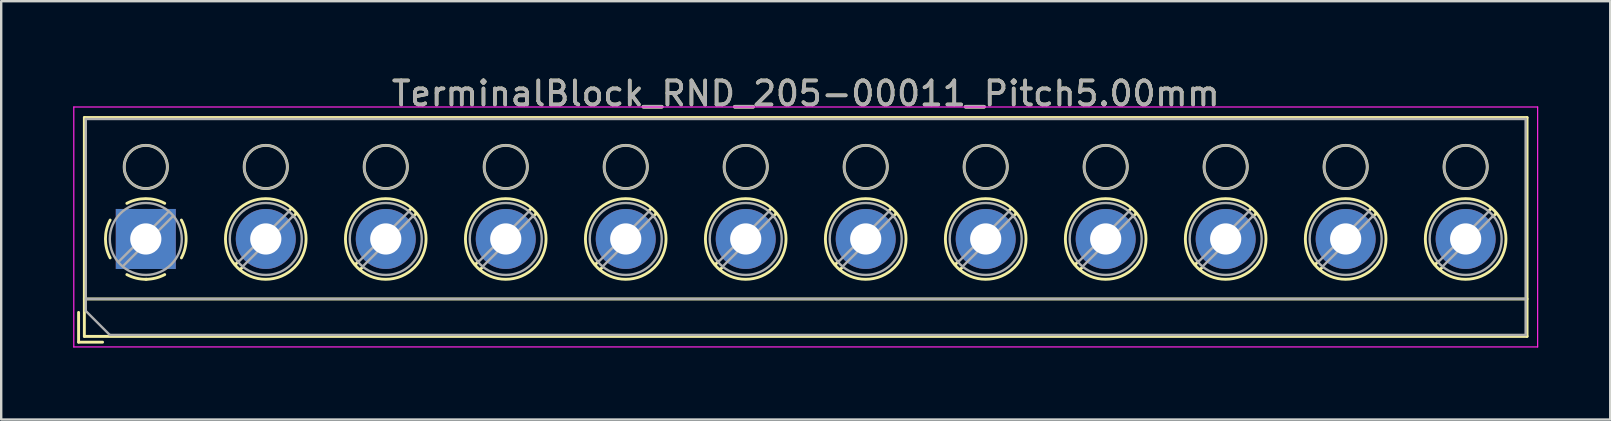
<source format=kicad_pcb>
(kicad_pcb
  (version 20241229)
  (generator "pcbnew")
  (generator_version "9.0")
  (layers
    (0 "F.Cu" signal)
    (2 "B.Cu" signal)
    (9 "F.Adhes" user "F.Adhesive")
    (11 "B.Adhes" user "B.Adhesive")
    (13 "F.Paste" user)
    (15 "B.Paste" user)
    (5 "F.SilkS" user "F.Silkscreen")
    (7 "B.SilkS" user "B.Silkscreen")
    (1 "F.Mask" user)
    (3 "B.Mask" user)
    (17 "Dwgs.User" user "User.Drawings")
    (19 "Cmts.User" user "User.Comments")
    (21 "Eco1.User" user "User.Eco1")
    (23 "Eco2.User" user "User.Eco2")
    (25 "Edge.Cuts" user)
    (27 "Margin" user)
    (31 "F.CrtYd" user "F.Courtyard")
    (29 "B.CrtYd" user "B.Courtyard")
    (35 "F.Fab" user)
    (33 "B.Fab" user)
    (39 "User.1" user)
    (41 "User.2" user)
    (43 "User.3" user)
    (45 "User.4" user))
  (footprint "TerminalBlock_RND_205-00011_Pitch5.00mm"
    (layer "F.Cu")
    (at 3.025 6.908)
    (property "Reference" "TerminalBlock_RND_205-00011_Pitch5.00mm" (at 27.5 -6.06 0) (layer "F.SilkS") (effects (font (size 1 1) (thickness 0.15))))
    (attr through_hole)
    (fp_line (start -2.8 3.06) (end -2.8 4.3) (stroke (width 0.12) (type solid)) (layer "F.SilkS"))
    (fp_line (start -2.8 4.3) (end -1.8 4.3) (stroke (width 0.12) (type solid)) (layer "F.SilkS"))
    (fp_line (start -2.56 -5.06) (end -2.56 4.06) (stroke (width 0.12) (type solid)) (layer "F.SilkS"))
    (fp_line (start -2.56 2.5) (end 57.56 2.5) (stroke (width 0.12) (type solid)) (layer "F.SilkS"))
    (fp_line (start -2.56 4.06) (end 57.56 4.06) (stroke (width 0.12) (type solid)) (layer "F.SilkS"))
    (fp_line (start 3.867 0.929) (end 3.726 1.069) (stroke (width 0.12) (type solid)) (layer "F.SilkS"))
    (fp_line (start 4.037 1.169) (end 3.931 1.274) (stroke (width 0.12) (type solid)) (layer "F.SilkS"))
    (fp_line (start 6.07 -1.275) (end 5.964 -1.169) (stroke (width 0.12) (type solid)) (layer "F.SilkS"))
    (fp_line (start 6.275 -1.069) (end 6.134 -0.929) (stroke (width 0.12) (type solid)) (layer "F.SilkS"))
    (fp_line (start 8.867 0.929) (end 8.726 1.069) (stroke (width 0.12) (type solid)) (layer "F.SilkS"))
    (fp_line (start 9.037 1.169) (end 8.931 1.274) (stroke (width 0.12) (type solid)) (layer "F.SilkS"))
    (fp_line (start 11.07 -1.275) (end 10.964 -1.169) (stroke (width 0.12) (type solid)) (layer "F.SilkS"))
    (fp_line (start 11.275 -1.069) (end 11.134 -0.929) (stroke (width 0.12) (type solid)) (layer "F.SilkS"))
    (fp_line (start 13.867 0.929) (end 13.726 1.069) (stroke (width 0.12) (type solid)) (layer "F.SilkS"))
    (fp_line (start 14.037 1.169) (end 13.931 1.274) (stroke (width 0.12) (type solid)) (layer "F.SilkS"))
    (fp_line (start 16.07 -1.275) (end 15.964 -1.169) (stroke (width 0.12) (type solid)) (layer "F.SilkS"))
    (fp_line (start 16.275 -1.069) (end 16.134 -0.929) (stroke (width 0.12) (type solid)) (layer "F.SilkS"))
    (fp_line (start 18.867 0.929) (end 18.726 1.069) (stroke (width 0.12) (type solid)) (layer "F.SilkS"))
    (fp_line (start 19.037 1.169) (end 18.931 1.274) (stroke (width 0.12) (type solid)) (layer "F.SilkS"))
    (fp_line (start 21.07 -1.275) (end 20.964 -1.169) (stroke (width 0.12) (type solid)) (layer "F.SilkS"))
    (fp_line (start 21.275 -1.069) (end 21.134 -0.929) (stroke (width 0.12) (type solid)) (layer "F.SilkS"))
    (fp_line (start 23.867 0.929) (end 23.726 1.069) (stroke (width 0.12) (type solid)) (layer "F.SilkS"))
    (fp_line (start 24.037 1.169) (end 23.931 1.274) (stroke (width 0.12) (type solid)) (layer "F.SilkS"))
    (fp_line (start 26.07 -1.275) (end 25.964 -1.169) (stroke (width 0.12) (type solid)) (layer "F.SilkS"))
    (fp_line (start 26.275 -1.069) (end 26.134 -0.929) (stroke (width 0.12) (type solid)) (layer "F.SilkS"))
    (fp_line (start 28.867 0.929) (end 28.726 1.069) (stroke (width 0.12) (type solid)) (layer "F.SilkS"))
    (fp_line (start 29.037 1.169) (end 28.931 1.274) (stroke (width 0.12) (type solid)) (layer "F.SilkS"))
    (fp_line (start 31.07 -1.275) (end 30.964 -1.169) (stroke (width 0.12) (type solid)) (layer "F.SilkS"))
    (fp_line (start 31.275 -1.069) (end 31.134 -0.929) (stroke (width 0.12) (type solid)) (layer "F.SilkS"))
    (fp_line (start 33.867 0.929) (end 33.726 1.069) (stroke (width 0.12) (type solid)) (layer "F.SilkS"))
    (fp_line (start 34.037 1.169) (end 33.931 1.274) (stroke (width 0.12) (type solid)) (layer "F.SilkS"))
    (fp_line (start 36.07 -1.275) (end 35.964 -1.169) (stroke (width 0.12) (type solid)) (layer "F.SilkS"))
    (fp_line (start 36.275 -1.069) (end 36.134 -0.929) (stroke (width 0.12) (type solid)) (layer "F.SilkS"))
    (fp_line (start 38.867 0.929) (end 38.726 1.069) (stroke (width 0.12) (type solid)) (layer "F.SilkS"))
    (fp_line (start 39.037 1.169) (end 38.931 1.274) (stroke (width 0.12) (type solid)) (layer "F.SilkS"))
    (fp_line (start 41.07 -1.275) (end 40.964 -1.169) (stroke (width 0.12) (type solid)) (layer "F.SilkS"))
    (fp_line (start 41.275 -1.069) (end 41.134 -0.929) (stroke (width 0.12) (type solid)) (layer "F.SilkS"))
    (fp_line (start 43.867 0.929) (end 43.726 1.069) (stroke (width 0.12) (type solid)) (layer "F.SilkS"))
    (fp_line (start 44.037 1.169) (end 43.931 1.274) (stroke (width 0.12) (type solid)) (layer "F.SilkS"))
    (fp_line (start 46.07 -1.275) (end 45.964 -1.169) (stroke (width 0.12) (type solid)) (layer "F.SilkS"))
    (fp_line (start 46.275 -1.069) (end 46.134 -0.929) (stroke (width 0.12) (type solid)) (layer "F.SilkS"))
    (fp_line (start 48.867 0.929) (end 48.726 1.069) (stroke (width 0.12) (type solid)) (layer "F.SilkS"))
    (fp_line (start 49.037 1.169) (end 48.931 1.274) (stroke (width 0.12) (type solid)) (layer "F.SilkS"))
    (fp_line (start 51.07 -1.275) (end 50.964 -1.169) (stroke (width 0.12) (type solid)) (layer "F.SilkS"))
    (fp_line (start 51.275 -1.069) (end 51.134 -0.929) (stroke (width 0.12) (type solid)) (layer "F.SilkS"))
    (fp_line (start 53.867 0.929) (end 53.726 1.069) (stroke (width 0.12) (type solid)) (layer "F.SilkS"))
    (fp_line (start 54.037 1.169) (end 53.931 1.274) (stroke (width 0.12) (type solid)) (layer "F.SilkS"))
    (fp_line (start 56.07 -1.275) (end 55.964 -1.169) (stroke (width 0.12) (type solid)) (layer "F.SilkS"))
    (fp_line (start 56.275 -1.069) (end 56.134 -0.929) (stroke (width 0.12) (type solid)) (layer "F.SilkS"))
    (fp_line (start 57.56 -5.06) (end -2.56 -5.06) (stroke (width 0.12) (type solid)) (layer "F.SilkS"))
    (fp_line (start 57.56 4.06) (end 57.56 -5.06) (stroke (width 0.12) (type solid)) (layer "F.SilkS"))
    (fp_arc (start -1.483953 0.789089) (mid -1.680708 0.00005) (end -1.484 -0.789) (stroke (width 0.12) (type solid)) (layer "F.SilkS"))
    (fp_arc (start -0.789089 -1.483953) (mid -0.00005 -1.680708) (end 0.789 -1.484) (stroke (width 0.12) (type solid)) (layer "F.SilkS"))
    (fp_arc (start 0.029383 1.68045) (mid -0.392304 1.634281) (end -0.789 1.484) (stroke (width 0.12) (type solid)) (layer "F.SilkS"))
    (fp_arc (start 0.788712 1.483352) (mid 0.406429 1.630097) (end 0 1.68) (stroke (width 0.12) (type solid)) (layer "F.SilkS"))
    (fp_arc (start 1.483953 -0.789089) (mid 1.680708 -0.00005) (end 1.484 0.789) (stroke (width 0.12) (type solid)) (layer "F.SilkS"))
    (fp_circle (center 0 -3) (end 0.9 -3) (stroke (width 0.12) (type solid)) (fill no) (layer "F.SilkS"))
    (fp_circle (center 5 -3) (end 5.9 -3) (stroke (width 0.12) (type solid)) (fill no) (layer "F.SilkS"))
    (fp_circle (center 5 0) (end 6.68 0) (stroke (width 0.12) (type solid)) (fill no) (layer "F.SilkS"))
    (fp_circle (center 10 -3) (end 10.9 -3) (stroke (width 0.12) (type solid)) (fill no) (layer "F.SilkS"))
    (fp_circle (center 10 0) (end 11.68 0) (stroke (width 0.12) (type solid)) (fill no) (layer "F.SilkS"))
    (fp_circle (center 15 -3) (end 15.9 -3) (stroke (width 0.12) (type solid)) (fill no) (layer "F.SilkS"))
    (fp_circle (center 15 0) (end 16.68 0) (stroke (width 0.12) (type solid)) (fill no) (layer "F.SilkS"))
    (fp_circle (center 20 -3) (end 20.9 -3) (stroke (width 0.12) (type solid)) (fill no) (layer "F.SilkS"))
    (fp_circle (center 20 0) (end 21.68 0) (stroke (width 0.12) (type solid)) (fill no) (layer "F.SilkS"))
    (fp_circle (center 25 -3) (end 25.9 -3) (stroke (width 0.12) (type solid)) (fill no) (layer "F.SilkS"))
    (fp_circle (center 25 0) (end 26.68 0) (stroke (width 0.12) (type solid)) (fill no) (layer "F.SilkS"))
    (fp_circle (center 30 -3) (end 30.9 -3) (stroke (width 0.12) (type solid)) (fill no) (layer "F.SilkS"))
    (fp_circle (center 30 0) (end 31.68 0) (stroke (width 0.12) (type solid)) (fill no) (layer "F.SilkS"))
    (fp_circle (center 35 -3) (end 35.9 -3) (stroke (width 0.12) (type solid)) (fill no) (layer "F.SilkS"))
    (fp_circle (center 35 0) (end 36.68 0) (stroke (width 0.12) (type solid)) (fill no) (layer "F.SilkS"))
    (fp_circle (center 40 -3) (end 40.9 -3) (stroke (width 0.12) (type solid)) (fill no) (layer "F.SilkS"))
    (fp_circle (center 40 0) (end 41.68 0) (stroke (width 0.12) (type solid)) (fill no) (layer "F.SilkS"))
    (fp_circle (center 45 -3) (end 45.9 -3) (stroke (width 0.12) (type solid)) (fill no) (layer "F.SilkS"))
    (fp_circle (center 45 0) (end 46.68 0) (stroke (width 0.12) (type solid)) (fill no) (layer "F.SilkS"))
    (fp_circle (center 50 -3) (end 50.9 -3) (stroke (width 0.12) (type solid)) (fill no) (layer "F.SilkS"))
    (fp_circle (center 50 0) (end 51.68 0) (stroke (width 0.12) (type solid)) (fill no) (layer "F.SilkS"))
    (fp_circle (center 55 -3) (end 55.9 -3) (stroke (width 0.12) (type solid)) (fill no) (layer "F.SilkS"))
    (fp_circle (center 55 0) (end 56.68 0) (stroke (width 0.12) (type solid)) (fill no) (layer "F.SilkS"))
    (fp_line (start -3 -5.5) (end -3 4.5) (stroke (width 0.05) (type solid)) (layer "F.CrtYd"))
    (fp_line (start -3 4.5) (end 58 4.5) (stroke (width 0.05) (type solid)) (layer "F.CrtYd"))
    (fp_line (start 58 -5.5) (end -3 -5.5) (stroke (width 0.05) (type solid)) (layer "F.CrtYd"))
    (fp_line (start 58 4.5) (end 58 -5.5) (stroke (width 0.05) (type solid)) (layer "F.CrtYd"))
    (fp_line (start -2.5 -5) (end 57.5 -5) (stroke (width 0.1) (type solid)) (layer "F.Fab"))
    (fp_line (start -2.5 2.5) (end 57.5 2.5) (stroke (width 0.1) (type solid)) (layer "F.Fab"))
    (fp_line (start -2.5 3) (end -2.5 -5) (stroke (width 0.1) (type solid)) (layer "F.Fab"))
    (fp_line (start -1.5 4) (end -2.5 3) (stroke (width 0.1) (type solid)) (layer "F.Fab"))
    (fp_line (start 0.955 -1.138) (end -1.138 0.955) (stroke (width 0.1) (type solid)) (layer "F.Fab"))
    (fp_line (start 1.138 -0.955) (end -0.955 1.138) (stroke (width 0.1) (type solid)) (layer "F.Fab"))
    (fp_line (start 5.955 -1.138) (end 3.863 0.955) (stroke (width 0.1) (type solid)) (layer "F.Fab"))
    (fp_line (start 6.138 -0.955) (end 4.046 1.138) (stroke (width 0.1) (type solid)) (layer "F.Fab"))
    (fp_line (start 10.955 -1.138) (end 8.863 0.955) (stroke (width 0.1) (type solid)) (layer "F.Fab"))
    (fp_line (start 11.138 -0.955) (end 9.046 1.138) (stroke (width 0.1) (type solid)) (layer "F.Fab"))
    (fp_line (start 15.955 -1.138) (end 13.863 0.955) (stroke (width 0.1) (type solid)) (layer "F.Fab"))
    (fp_line (start 16.138 -0.955) (end 14.046 1.138) (stroke (width 0.1) (type solid)) (layer "F.Fab"))
    (fp_line (start 20.955 -1.138) (end 18.863 0.955) (stroke (width 0.1) (type solid)) (layer "F.Fab"))
    (fp_line (start 21.138 -0.955) (end 19.046 1.138) (stroke (width 0.1) (type solid)) (layer "F.Fab"))
    (fp_line (start 25.955 -1.138) (end 23.863 0.955) (stroke (width 0.1) (type solid)) (layer "F.Fab"))
    (fp_line (start 26.138 -0.955) (end 24.046 1.138) (stroke (width 0.1) (type solid)) (layer "F.Fab"))
    (fp_line (start 30.955 -1.138) (end 28.863 0.955) (stroke (width 0.1) (type solid)) (layer "F.Fab"))
    (fp_line (start 31.138 -0.955) (end 29.046 1.138) (stroke (width 0.1) (type solid)) (layer "F.Fab"))
    (fp_line (start 35.955 -1.138) (end 33.863 0.955) (stroke (width 0.1) (type solid)) (layer "F.Fab"))
    (fp_line (start 36.138 -0.955) (end 34.046 1.138) (stroke (width 0.1) (type solid)) (layer "F.Fab"))
    (fp_line (start 40.955 -1.138) (end 38.863 0.955) (stroke (width 0.1) (type solid)) (layer "F.Fab"))
    (fp_line (start 41.138 -0.955) (end 39.046 1.138) (stroke (width 0.1) (type solid)) (layer "F.Fab"))
    (fp_line (start 45.955 -1.138) (end 43.863 0.955) (stroke (width 0.1) (type solid)) (layer "F.Fab"))
    (fp_line (start 46.138 -0.955) (end 44.046 1.138) (stroke (width 0.1) (type solid)) (layer "F.Fab"))
    (fp_line (start 50.955 -1.138) (end 48.863 0.955) (stroke (width 0.1) (type solid)) (layer "F.Fab"))
    (fp_line (start 51.138 -0.955) (end 49.046 1.138) (stroke (width 0.1) (type solid)) (layer "F.Fab"))
    (fp_line (start 55.955 -1.138) (end 53.863 0.955) (stroke (width 0.1) (type solid)) (layer "F.Fab"))
    (fp_line (start 56.138 -0.955) (end 54.046 1.138) (stroke (width 0.1) (type solid)) (layer "F.Fab"))
    (fp_line (start 57.5 -5) (end 57.5 4) (stroke (width 0.1) (type solid)) (layer "F.Fab"))
    (fp_line (start 57.5 4) (end -1.5 4) (stroke (width 0.1) (type solid)) (layer "F.Fab"))
    (fp_circle (center 0 -3) (end 0.9 -3) (stroke (width 0.1) (type solid)) (fill no) (layer "F.Fab"))
    (fp_circle (center 0 0) (end 1.5 0) (stroke (width 0.1) (type solid)) (fill no) (layer "F.Fab"))
    (fp_circle (center 5 -3) (end 5.9 -3) (stroke (width 0.1) (type solid)) (fill no) (layer "F.Fab"))
    (fp_circle (center 5 0) (end 6.5 0) (stroke (width 0.1) (type solid)) (fill no) (layer "F.Fab"))
    (fp_circle (center 10 -3) (end 10.9 -3) (stroke (width 0.1) (type solid)) (fill no) (layer "F.Fab"))
    (fp_circle (center 10 0) (end 11.5 0) (stroke (width 0.1) (type solid)) (fill no) (layer "F.Fab"))
    (fp_circle (center 15 -3) (end 15.9 -3) (stroke (width 0.1) (type solid)) (fill no) (layer "F.Fab"))
    (fp_circle (center 15 0) (end 16.5 0) (stroke (width 0.1) (type solid)) (fill no) (layer "F.Fab"))
    (fp_circle (center 20 -3) (end 20.9 -3) (stroke (width 0.1) (type solid)) (fill no) (layer "F.Fab"))
    (fp_circle (center 20 0) (end 21.5 0) (stroke (width 0.1) (type solid)) (fill no) (layer "F.Fab"))
    (fp_circle (center 25 -3) (end 25.9 -3) (stroke (width 0.1) (type solid)) (fill no) (layer "F.Fab"))
    (fp_circle (center 25 0) (end 26.5 0) (stroke (width 0.1) (type solid)) (fill no) (layer "F.Fab"))
    (fp_circle (center 30 -3) (end 30.9 -3) (stroke (width 0.1) (type solid)) (fill no) (layer "F.Fab"))
    (fp_circle (center 30 0) (end 31.5 0) (stroke (width 0.1) (type solid)) (fill no) (layer "F.Fab"))
    (fp_circle (center 35 -3) (end 35.9 -3) (stroke (width 0.1) (type solid)) (fill no) (layer "F.Fab"))
    (fp_circle (center 35 0) (end 36.5 0) (stroke (width 0.1) (type solid)) (fill no) (layer "F.Fab"))
    (fp_circle (center 40 -3) (end 40.9 -3) (stroke (width 0.1) (type solid)) (fill no) (layer "F.Fab"))
    (fp_circle (center 40 0) (end 41.5 0) (stroke (width 0.1) (type solid)) (fill no) (layer "F.Fab"))
    (fp_circle (center 45 -3) (end 45.9 -3) (stroke (width 0.1) (type solid)) (fill no) (layer "F.Fab"))
    (fp_circle (center 45 0) (end 46.5 0) (stroke (width 0.1) (type solid)) (fill no) (layer "F.Fab"))
    (fp_circle (center 50 -3) (end 50.9 -3) (stroke (width 0.1) (type solid)) (fill no) (layer "F.Fab"))
    (fp_circle (center 50 0) (end 51.5 0) (stroke (width 0.1) (type solid)) (fill no) (layer "F.Fab"))
    (fp_circle (center 55 -3) (end 55.9 -3) (stroke (width 0.1) (type solid)) (fill no) (layer "F.Fab"))
    (fp_circle (center 55 0) (end 56.5 0) (stroke (width 0.1) (type solid)) (fill no) (layer "F.Fab"))
    (fp_text user "${REFERENCE}" (at 27.5 -6.06 0) (layer "F.Fab") (effects (font (size 1 1) (thickness 0.15))))
    (pad "1" thru_hole rect (at 0 0) (size 2.5 2.5) (drill 1.3) (layers "*.Cu" "*.Mask"))
    (pad "2" thru_hole oval (at 5 0) (size 2.5 2.5) (drill 1.3) (layers "*.Cu" "*.Mask"))
    (pad "3" thru_hole oval (at 10 0) (size 2.5 2.5) (drill 1.3) (layers "*.Cu" "*.Mask"))
    (pad "4" thru_hole oval (at 15 0) (size 2.5 2.5) (drill 1.3) (layers "*.Cu" "*.Mask"))
    (pad "5" thru_hole oval (at 20 0) (size 2.5 2.5) (drill 1.3) (layers "*.Cu" "*.Mask"))
    (pad "6" thru_hole oval (at 25 0) (size 2.5 2.5) (drill 1.3) (layers "*.Cu" "*.Mask"))
    (pad "7" thru_hole oval (at 30 0) (size 2.5 2.5) (drill 1.3) (layers "*.Cu" "*.Mask"))
    (pad "8" thru_hole oval (at 35 0) (size 2.5 2.5) (drill 1.3) (layers "*.Cu" "*.Mask"))
    (pad "9" thru_hole oval (at 40 0) (size 2.5 2.5) (drill 1.3) (layers "*.Cu" "*.Mask"))
    (pad "10" thru_hole oval (at 45 0) (size 2.5 2.5) (drill 1.3) (layers "*.Cu" "*.Mask"))
    (pad "11" thru_hole oval (at 50 0) (size 2.5 2.5) (drill 1.3) (layers "*.Cu" "*.Mask"))
    (pad "12" thru_hole oval (at 55 0) (size 2.5 2.5) (drill 1.3) (layers "*.Cu" "*.Mask")))
  (gr_rect
    (start -3 -3)
    (end 64.05 14.433)
    (stroke (width 0.1) (type default))
    (fill no)
    (layer "Edge.Cuts")))
</source>
